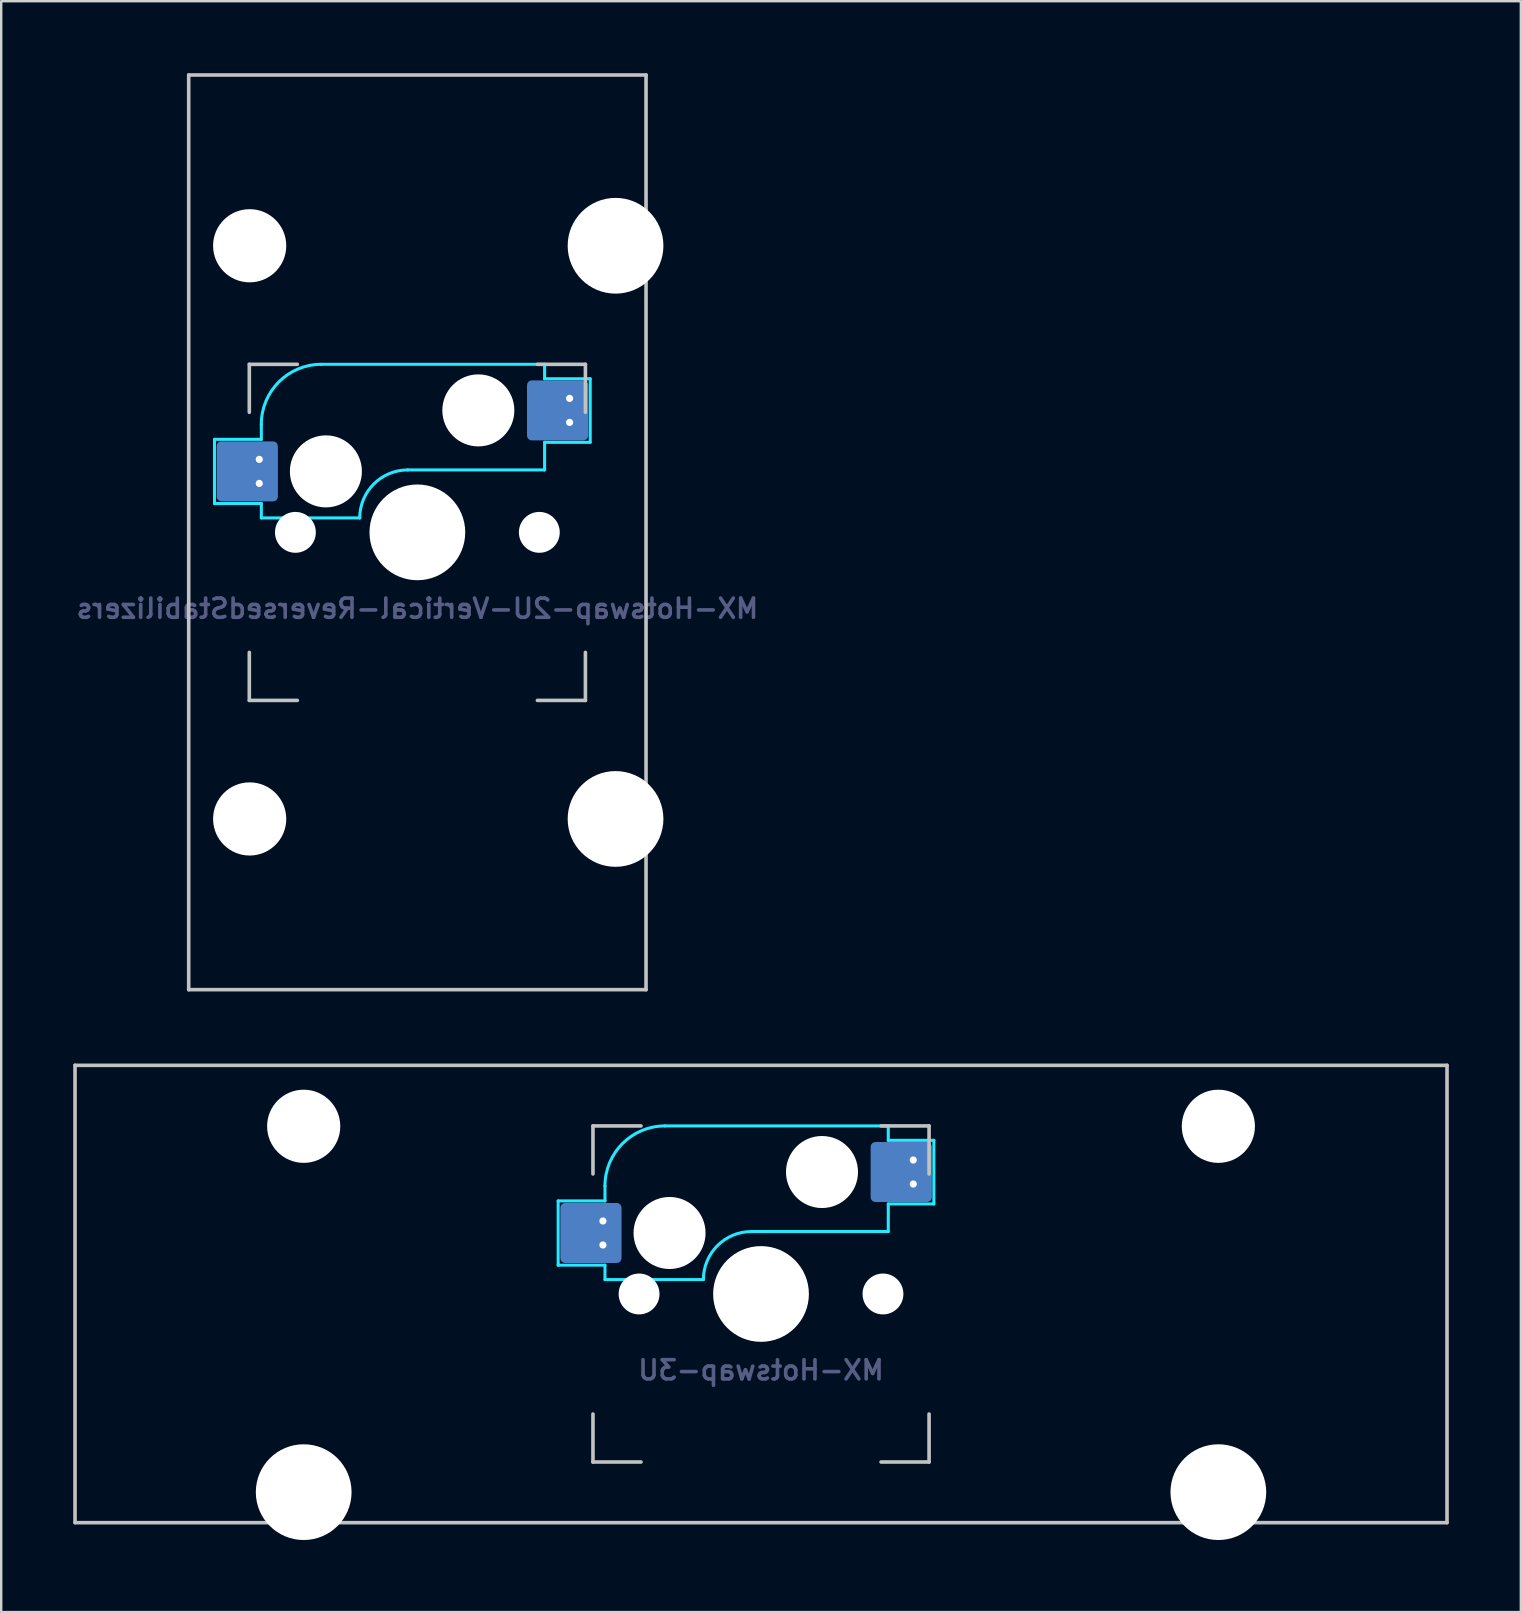
<source format=kicad_pcb>
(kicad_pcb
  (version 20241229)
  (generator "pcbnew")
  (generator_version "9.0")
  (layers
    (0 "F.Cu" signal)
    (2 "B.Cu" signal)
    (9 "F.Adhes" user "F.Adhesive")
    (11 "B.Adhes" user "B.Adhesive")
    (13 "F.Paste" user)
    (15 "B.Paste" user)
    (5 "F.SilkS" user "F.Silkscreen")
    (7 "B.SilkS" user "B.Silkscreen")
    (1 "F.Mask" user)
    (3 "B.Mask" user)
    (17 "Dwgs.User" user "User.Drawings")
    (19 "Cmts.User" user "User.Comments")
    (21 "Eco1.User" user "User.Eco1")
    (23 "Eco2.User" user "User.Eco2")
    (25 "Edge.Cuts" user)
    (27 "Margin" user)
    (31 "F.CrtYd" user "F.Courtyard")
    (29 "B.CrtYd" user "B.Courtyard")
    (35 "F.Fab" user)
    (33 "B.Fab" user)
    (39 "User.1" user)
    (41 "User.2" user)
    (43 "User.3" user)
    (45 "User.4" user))
  (footprint "MX-Hotswap-2U-Vertical-ReversedStabilizers"
    (layer "F.Cu")
    (at 14.335 19.125)
    (property "Reference" "MX-Hotswap-2U-Vertical-ReversedStabilizers" (at 0 3.175 0) (layer "B.Fab") (effects (font (size 0.8 0.8) (thickness 0.15)) (justify mirror)))
    (attr smd)
    (fp_line (start -9.525 19.05) (end -9.525 -19.05) (stroke (width 0.15) (type solid)) (layer "Dwgs.User"))
    (fp_line (start -7 -7) (end -7 -5) (stroke (width 0.15) (type solid)) (layer "Dwgs.User"))
    (fp_line (start -7 5) (end -7 7) (stroke (width 0.15) (type solid)) (layer "Dwgs.User"))
    (fp_line (start -7 7) (end -5 7) (stroke (width 0.15) (type solid)) (layer "Dwgs.User"))
    (fp_line (start -5 -7) (end -7 -7) (stroke (width 0.15) (type solid)) (layer "Dwgs.User"))
    (fp_line (start 5 -7) (end 7 -7) (stroke (width 0.15) (type solid)) (layer "Dwgs.User"))
    (fp_line (start 5 7) (end 7 7) (stroke (width 0.15) (type solid)) (layer "Dwgs.User"))
    (fp_line (start 7 -7) (end 7 -5) (stroke (width 0.15) (type solid)) (layer "Dwgs.User"))
    (fp_line (start 7 7) (end 7 5) (stroke (width 0.15) (type solid)) (layer "Dwgs.User"))
    (fp_line (start 9.525 -19.05) (end -9.525 -19.05) (stroke (width 0.15) (type solid)) (layer "Dwgs.User"))
    (fp_line (start 9.525 19.05) (end -9.525 19.05) (stroke (width 0.15) (type solid)) (layer "Dwgs.User"))
    (fp_line (start 9.525 19.05) (end 9.525 -19.05) (stroke (width 0.15) (type solid)) (layer "Dwgs.User"))
    (fp_line (start -8.45 -3.875) (end -8.45 -1.2) (stroke (width 0.127) (type solid)) (layer "B.CrtYd"))
    (fp_line (start -8.45 -1.2) (end -6.5 -1.2) (stroke (width 0.127) (type solid)) (layer "B.CrtYd"))
    (fp_line (start -6.5 -4.5) (end -6.5 -3.875) (stroke (width 0.127) (type solid)) (layer "B.CrtYd"))
    (fp_line (start -6.5 -3.875) (end -8.45 -3.875) (stroke (width 0.127) (type solid)) (layer "B.CrtYd"))
    (fp_line (start -6.5 -0.6) (end -6.5 -1.2) (stroke (width 0.127) (type solid)) (layer "B.CrtYd"))
    (fp_line (start -6.5 -0.6) (end -2.4 -0.6) (stroke (width 0.127) (type solid)) (layer "B.CrtYd"))
    (fp_line (start -0.4 -2.6) (end 5.3 -2.6) (stroke (width 0.127) (type solid)) (layer "B.CrtYd"))
    (fp_line (start 5.3 -7) (end -4 -7) (stroke (width 0.127) (type solid)) (layer "B.CrtYd"))
    (fp_line (start 5.3 -7) (end 5.3 -6.4) (stroke (width 0.127) (type solid)) (layer "B.CrtYd"))
    (fp_line (start 5.3 -6.4) (end 7.2 -6.4) (stroke (width 0.127) (type solid)) (layer "B.CrtYd"))
    (fp_line (start 5.3 -2.6) (end 5.3 -3.75) (stroke (width 0.127) (type solid)) (layer "B.CrtYd"))
    (fp_line (start 7.2 -6.4) (end 7.2 -3.75) (stroke (width 0.127) (type solid)) (layer "B.CrtYd"))
    (fp_line (start 7.2 -3.75) (end 5.3 -3.75) (stroke (width 0.127) (type solid)) (layer "B.CrtYd"))
    (fp_arc (start -6.5 -4.5) (mid -5.767767 -6.267767) (end -4 -7) (stroke (width 0.127) (type solid)) (layer "B.CrtYd"))
    (fp_arc (start -2.4 -0.6) (mid -1.814214 -2.014214) (end -0.4 -2.6) (stroke (width 0.127) (type solid)) (layer "B.CrtYd"))
    (pad "" np_thru_hole circle (at -6.985 -11.938) (size 3.048 3.048) (drill 3.048) (layers "*.Cu" "*.Mask"))
    (pad "" np_thru_hole circle (at -6.985 11.938) (size 3.048 3.048) (drill 3.048) (layers "*.Cu" "*.Mask"))
    (pad "" np_thru_hole circle (at -5.08 0 48.099) (size 1.702 1.702) (drill 1.702) (layers "*.Cu" "*.Mask"))
    (pad "" np_thru_hole circle (at -3.81 -2.54) (size 3 3) (drill 3) (layers "*.Cu" "*.Mask"))
    (pad "" np_thru_hole circle (at 0 0) (size 3.988 3.988) (drill 3.988) (layers "*.Cu" "*.Mask"))
    (pad "" np_thru_hole circle (at 2.54 -5.08) (size 3 3) (drill 3) (layers "*.Cu" "*.Mask"))
    (pad "" np_thru_hole circle (at 5.08 0 48.099) (size 1.702 1.702) (drill 1.702) (layers "*.Cu" "*.Mask"))
    (pad "" np_thru_hole circle (at 8.255 -11.938) (size 3.988 3.988) (drill 3.988) (layers "*.Cu" "*.Mask"))
    (pad "" np_thru_hole circle (at 8.255 11.938) (size 3.988 3.988) (drill 3.988) (layers "*.Cu" "*.Mask"))
    (pad "1" smd roundrect (at -7.085 -2.54) (size 2.55 2.5) (layers "B.Cu" "B.Mask" "B.Paste") (roundrect_rratio 0.08))
    (pad "1" thru_hole circle (at -6.585 -3.04) (size 0.6 0.6) (drill 0.3) (layers "*.Cu" "*.Mask"))
    (pad "1" thru_hole circle (at -6.585 -2.04) (size 0.6 0.6) (drill 0.3) (layers "*.Cu" "*.Mask"))
    (pad "2" smd roundrect (at 5.842 -5.08) (size 2.55 2.5) (layers "B.Cu" "B.Mask" "B.Paste") (roundrect_rratio 0.08))
    (pad "2" thru_hole circle (at 6.342 -5.58) (size 0.6 0.6) (drill 0.3) (layers "*.Cu" "*.Mask"))
    (pad "2" thru_hole circle (at 6.342 -4.58) (size 0.6 0.6) (drill 0.3) (layers "*.Cu" "*.Mask")))
  (footprint "MX-Hotswap-3U"
    (layer "F.Cu")
    (at 28.65 50.85)
    (property "Reference" "MX-Hotswap-3U" (at 0 3.175 0) (layer "B.Fab") (effects (font (size 0.8 0.8) (thickness 0.15)) (justify mirror)))
    (attr smd)
    (fp_line (start -28.575 9.525) (end -28.575 -9.525) (stroke (width 0.15) (type solid)) (layer "Dwgs.User"))
    (fp_line (start -7 -7) (end -7 -5) (stroke (width 0.15) (type solid)) (layer "Dwgs.User"))
    (fp_line (start -7 5) (end -7 7) (stroke (width 0.15) (type solid)) (layer "Dwgs.User"))
    (fp_line (start -7 7) (end -5 7) (stroke (width 0.15) (type solid)) (layer "Dwgs.User"))
    (fp_line (start -5 -7) (end -7 -7) (stroke (width 0.15) (type solid)) (layer "Dwgs.User"))
    (fp_line (start 5 -7) (end 7 -7) (stroke (width 0.15) (type solid)) (layer "Dwgs.User"))
    (fp_line (start 5 7) (end 7 7) (stroke (width 0.15) (type solid)) (layer "Dwgs.User"))
    (fp_line (start 7 -7) (end 7 -5) (stroke (width 0.15) (type solid)) (layer "Dwgs.User"))
    (fp_line (start 7 7) (end 7 5) (stroke (width 0.15) (type solid)) (layer "Dwgs.User"))
    (fp_line (start 28.575 -9.525) (end -28.575 -9.525) (stroke (width 0.15) (type solid)) (layer "Dwgs.User"))
    (fp_line (start 28.575 9.525) (end -28.575 9.525) (stroke (width 0.15) (type solid)) (layer "Dwgs.User"))
    (fp_line (start 28.575 9.525) (end 28.575 -9.525) (stroke (width 0.15) (type solid)) (layer "Dwgs.User"))
    (fp_line (start -8.45 -3.875) (end -8.45 -1.2) (stroke (width 0.127) (type solid)) (layer "B.CrtYd"))
    (fp_line (start -8.45 -1.2) (end -6.5 -1.2) (stroke (width 0.127) (type solid)) (layer "B.CrtYd"))
    (fp_line (start -6.5 -4.5) (end -6.5 -3.875) (stroke (width 0.127) (type solid)) (layer "B.CrtYd"))
    (fp_line (start -6.5 -3.875) (end -8.45 -3.875) (stroke (width 0.127) (type solid)) (layer "B.CrtYd"))
    (fp_line (start -6.5 -0.6) (end -6.5 -1.2) (stroke (width 0.127) (type solid)) (layer "B.CrtYd"))
    (fp_line (start -6.5 -0.6) (end -2.4 -0.6) (stroke (width 0.127) (type solid)) (layer "B.CrtYd"))
    (fp_line (start -0.4 -2.6) (end 5.3 -2.6) (stroke (width 0.127) (type solid)) (layer "B.CrtYd"))
    (fp_line (start 5.3 -7) (end -4 -7) (stroke (width 0.127) (type solid)) (layer "B.CrtYd"))
    (fp_line (start 5.3 -7) (end 5.3 -6.4) (stroke (width 0.127) (type solid)) (layer "B.CrtYd"))
    (fp_line (start 5.3 -6.4) (end 7.2 -6.4) (stroke (width 0.127) (type solid)) (layer "B.CrtYd"))
    (fp_line (start 5.3 -2.6) (end 5.3 -3.75) (stroke (width 0.127) (type solid)) (layer "B.CrtYd"))
    (fp_line (start 7.2 -6.4) (end 7.2 -3.75) (stroke (width 0.127) (type solid)) (layer "B.CrtYd"))
    (fp_line (start 7.2 -3.75) (end 5.3 -3.75) (stroke (width 0.127) (type solid)) (layer "B.CrtYd"))
    (fp_arc (start -6.5 -4.5) (mid -5.767767 -6.267767) (end -4 -7) (stroke (width 0.127) (type solid)) (layer "B.CrtYd"))
    (fp_arc (start -2.4 -0.6) (mid -1.814214 -2.014214) (end -0.4 -2.6) (stroke (width 0.127) (type solid)) (layer "B.CrtYd"))
    (pad "" np_thru_hole circle (at -19.05 -6.985) (size 3.048 3.048) (drill 3.048) (layers "*.Cu" "*.Mask"))
    (pad "" np_thru_hole circle (at -19.05 8.255) (size 3.988 3.988) (drill 3.988) (layers "*.Cu" "*.Mask"))
    (pad "" np_thru_hole circle (at -5.08 0 48.099) (size 1.702 1.702) (drill 1.702) (layers "*.Cu" "*.Mask"))
    (pad "" np_thru_hole circle (at -3.81 -2.54) (size 3 3) (drill 3) (layers "*.Cu" "*.Mask"))
    (pad "" np_thru_hole circle (at 0 0) (size 3.988 3.988) (drill 3.988) (layers "*.Cu" "*.Mask"))
    (pad "" np_thru_hole circle (at 2.54 -5.08) (size 3 3) (drill 3) (layers "*.Cu" "*.Mask"))
    (pad "" np_thru_hole circle (at 5.08 0 48.099) (size 1.702 1.702) (drill 1.702) (layers "*.Cu" "*.Mask"))
    (pad "" np_thru_hole circle (at 19.05 -6.985) (size 3.048 3.048) (drill 3.048) (layers "*.Cu" "*.Mask"))
    (pad "" np_thru_hole circle (at 19.05 8.255) (size 3.988 3.988) (drill 3.988) (layers "*.Cu" "*.Mask"))
    (pad "1" smd roundrect (at -7.085 -2.54) (size 2.55 2.5) (layers "B.Cu" "B.Mask" "B.Paste") (roundrect_rratio 0.08))
    (pad "1" thru_hole circle (at -6.585 -3.04) (size 0.6 0.6) (drill 0.3) (layers "*.Cu" "*.Mask"))
    (pad "1" thru_hole circle (at -6.585 -2.04) (size 0.6 0.6) (drill 0.3) (layers "*.Cu" "*.Mask"))
    (pad "2" smd roundrect (at 5.842 -5.08) (size 2.55 2.5) (layers "B.Cu" "B.Mask" "B.Paste") (roundrect_rratio 0.08))
    (pad "2" thru_hole circle (at 6.342 -5.58) (size 0.6 0.6) (drill 0.3) (layers "*.Cu" "*.Mask"))
    (pad "2" thru_hole circle (at 6.342 -4.58) (size 0.6 0.6) (drill 0.3) (layers "*.Cu" "*.Mask")))
  (gr_rect
    (start -3 -3)
    (end 60.3 64.099)
    (stroke (width 0.1) (type default))
    (fill no)
    (layer "Edge.Cuts")))
</source>
